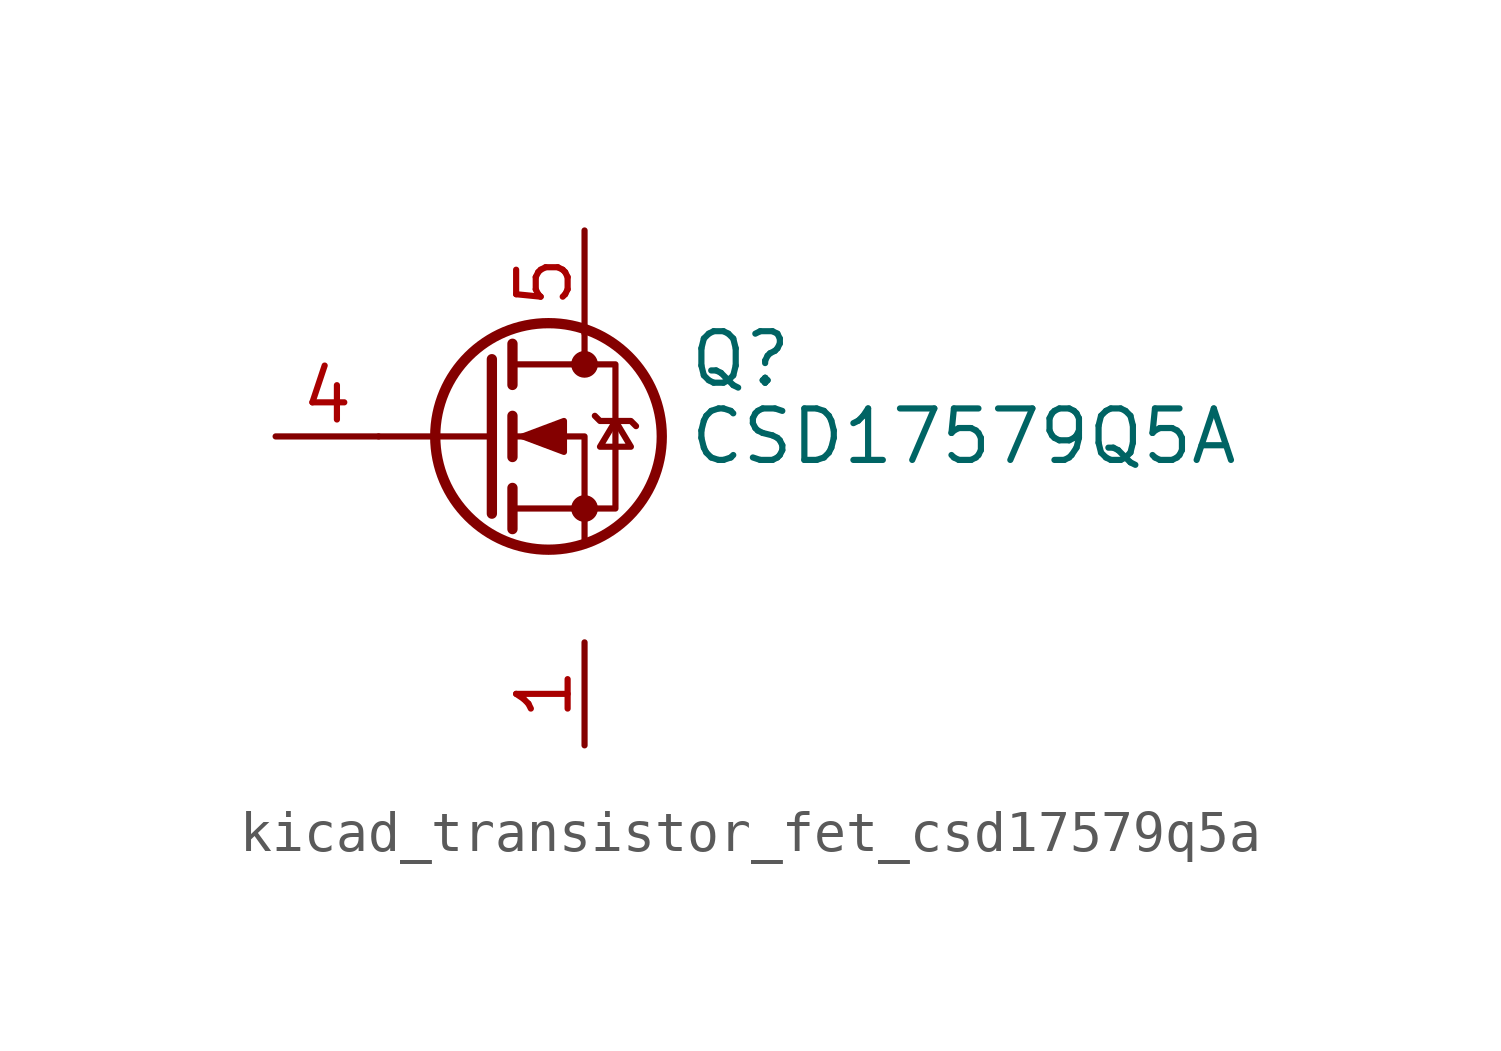
<source format=kicad_sym>
(kicad_symbol_lib
  (version 20220914)
  (generator kicad_symbol_editor)
  (symbol "kicad_transistor_fet_csd17579q5a"
    (pin_names hide)
    (property "Reference" "Q"
      (at 5.08 1.905 0)
      (effects (font (size 1.27 1.27)) (justify left)))
    (property "Value" "CSD17579Q5A"
      (at 5.08 0 0)
      (effects (font (size 1.27 1.27)) (justify left)))
    (symbol "kicad_transistor_fet_csd17579q5a_0_1"
      (polyline (pts (xy 0.254 0) (xy -2.54 0)) (stroke (width 0) (type default)) (fill (type none)))
      (polyline (pts (xy 0.254 1.905) (xy 0.254 -1.905)) (stroke (width 0.254) (type default)) (fill (type none)))
      (polyline (pts (xy 0.762 -1.27) (xy 0.762 -2.286)) (stroke (width 0.254) (type default)) (fill (type none)))
      (polyline (pts (xy 0.762 0.508) (xy 0.762 -0.508)) (stroke (width 0.254) (type default)) (fill (type none)))
      (polyline (pts (xy 0.762 2.286) (xy 0.762 1.27)) (stroke (width 0.254) (type default)) (fill (type none)))
      (polyline (pts (xy 2.54 2.54) (xy 2.54 1.778)) (stroke (width 0) (type default)) (fill (type none)))
      (polyline (pts (xy 2.54 -2.54) (xy 2.54 0) (xy 0.762 0)) (stroke (width 0) (type default)) (fill (type none)))
      (polyline (pts (xy 0.762 -1.778) (xy 3.302 -1.778) (xy 3.302 1.778) (xy 0.762 1.778)) (stroke (width 0) (type default)) (fill (type none)))
      (polyline (pts (xy 1.016 0) (xy 2.032 0.381) (xy 2.032 -0.381) (xy 1.016 0)) (stroke (width 0) (type default)) (fill (type outline)))
      (polyline (pts (xy 2.794 0.508) (xy 2.921 0.381) (xy 3.683 0.381) (xy 3.81 0.254)) (stroke (width 0) (type default)) (fill (type none)))
      (polyline (pts (xy 3.302 0.381) (xy 2.921 -0.254) (xy 3.683 -0.254) (xy 3.302 0.381)) (stroke (width 0) (type default)) (fill (type none)))
      (circle (center 1.651 0) (radius 2.794) (stroke (width 0.254) (type default)) (fill (type none)))
      (circle (center 2.54 -1.778) (radius 0.254) (stroke (width 0) (type default)) (fill (type outline)))
      (circle (center 2.54 1.778) (radius 0.254) (stroke (width 0) (type default)) (fill (type outline))))
    (symbol "kicad_transistor_fet_csd17579q5a_1_1"
      (pin passive line (at 2.54 -5.08 270) (length 2.54) (name "S" (effects (font (size 1.27 1.27)))) (number "1" (effects (font (size 1.27 1.27)))))
      (pin passive line (at 2.54 -5.08 270) (length 2.54) hide (name "S" (effects (font (size 1.27 1.27)))) (number "2" (effects (font (size 1.27 1.27)))))
      (pin passive line (at 2.54 -5.08 90) (length 2.54) hide (name "S" (effects (font (size 1.27 1.27)))) (number "3" (effects (font (size 1.27 1.27)))))
      (pin passive line (at -5.08 0 0) (length 2.54) (name "G" (effects (font (size 1.27 1.27)))) (number "4" (effects (font (size 1.27 1.27)))))
      (pin passive line (at 2.54 5.08 270) (length 2.54) (name "D" (effects (font (size 1.27 1.27)))) (number "5" (effects (font (size 1.27 1.27))))))))
</source>
